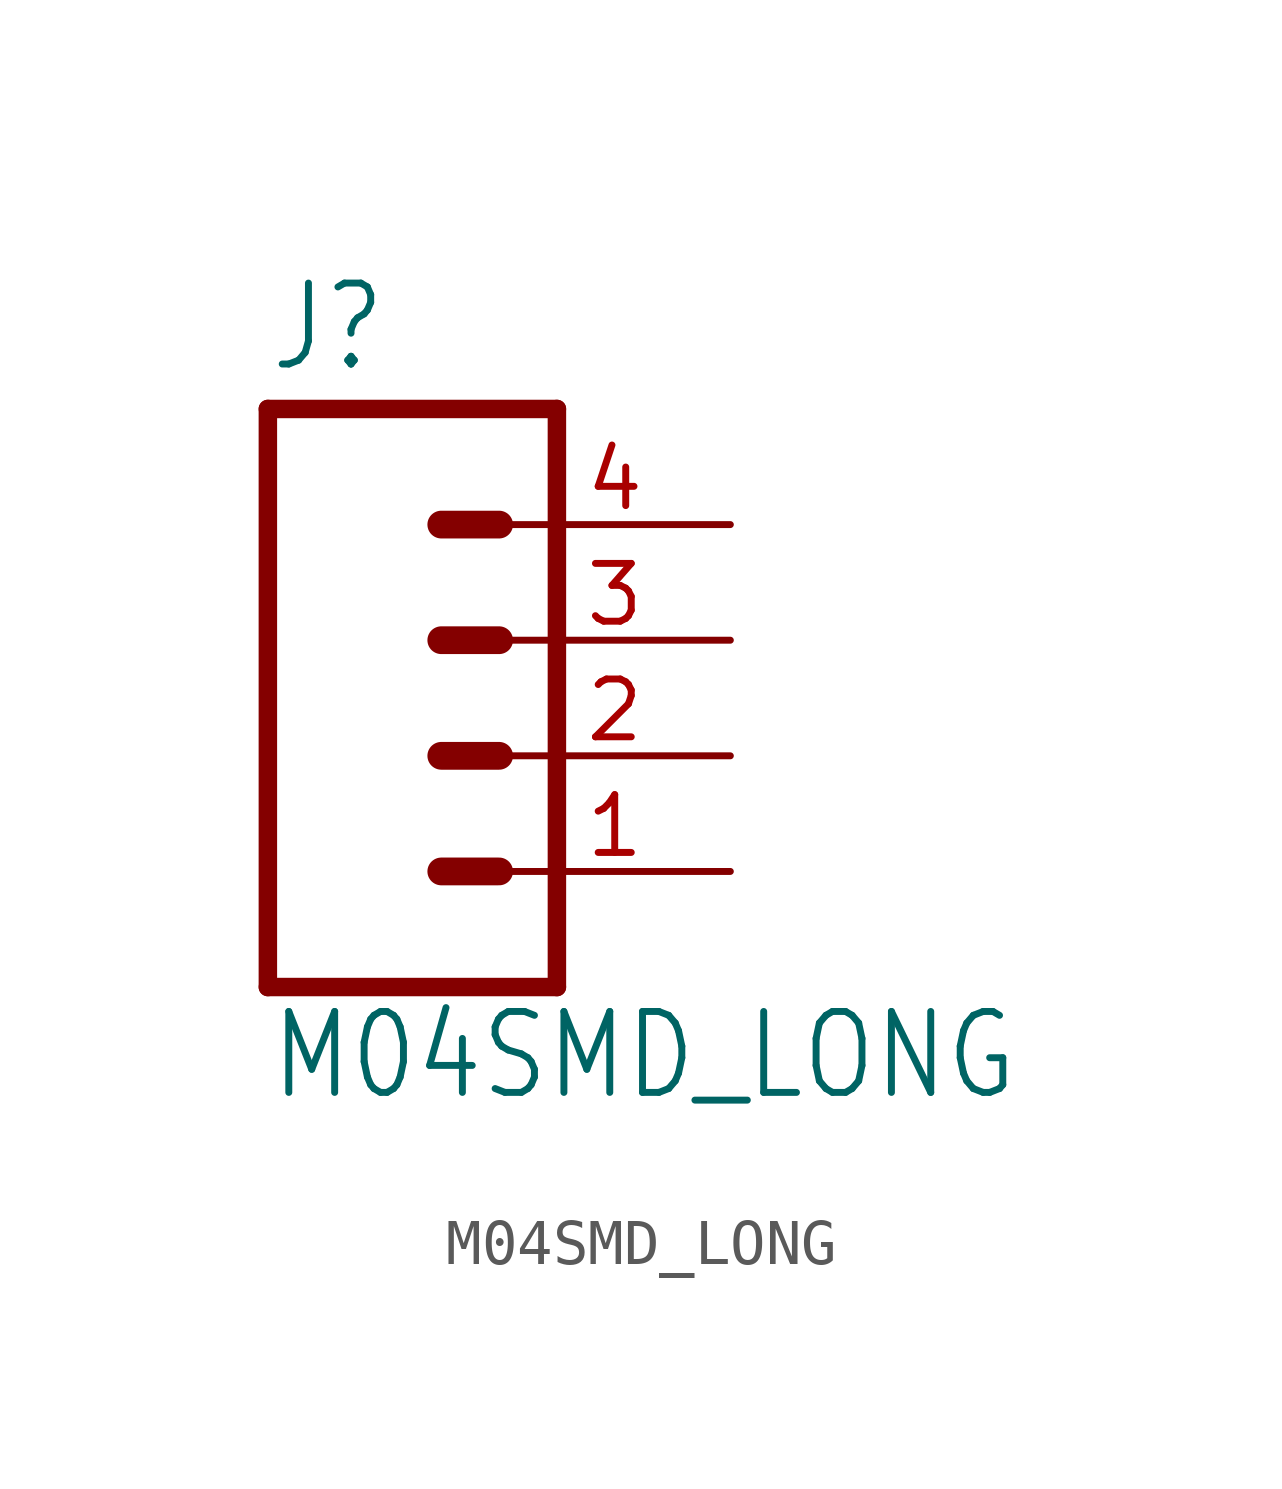
<source format=kicad_sym>
(kicad_symbol_lib
  (version 20220914)
  (generator kicad_symbol_editor)
  (symbol "M04SMD_LONG"
    (property "Reference" "J"
      (at -5.08 8.382 0)
      (effects (font (size 1.778 1.511)) (justify left bottom)))
    (property "Value" "M04SMD_LONG"
      (at -5.08 -7.62 0)
      (effects (font (size 1.778 1.511)) (justify left bottom)))
    (property "ki_locked" ""
      (at 0 0 0)
      (effects (font (size 1.27 1.27))))
    (symbol "M04SMD_LONG_1_0"
      (polyline (pts (xy -5.08 7.62) (xy -5.08 -5.08)) (stroke (width 0.406) (type default)) (fill (type none)))
      (polyline (pts (xy -5.08 7.62) (xy 1.27 7.62)) (stroke (width 0.406) (type default)) (fill (type none)))
      (polyline (pts (xy -1.27 -2.54) (xy 0 -2.54)) (stroke (width 0.61) (type default)) (fill (type none)))
      (polyline (pts (xy -1.27 0) (xy 0 0)) (stroke (width 0.61) (type default)) (fill (type none)))
      (polyline (pts (xy -1.27 2.54) (xy 0 2.54)) (stroke (width 0.61) (type default)) (fill (type none)))
      (polyline (pts (xy -1.27 5.08) (xy 0 5.08)) (stroke (width 0.61) (type default)) (fill (type none)))
      (polyline (pts (xy 1.27 -5.08) (xy -5.08 -5.08)) (stroke (width 0.406) (type default)) (fill (type none)))
      (polyline (pts (xy 1.27 -5.08) (xy 1.27 7.62)) (stroke (width 0.406) (type default)) (fill (type none)))
      (pin passive line (at 5.08 -2.54 180) (length 5.08) (name "1" (effects (font (size 0 0)))) (number "1" (effects (font (size 1.27 1.27)))))
      (pin passive line (at 5.08 0 180) (length 5.08) (name "2" (effects (font (size 0 0)))) (number "2" (effects (font (size 1.27 1.27)))))
      (pin passive line (at 5.08 2.54 180) (length 5.08) (name "3" (effects (font (size 0 0)))) (number "3" (effects (font (size 1.27 1.27)))))
      (pin passive line (at 5.08 5.08 180) (length 5.08) (name "4" (effects (font (size 0 0)))) (number "4" (effects (font (size 1.27 1.27))))))))
</source>
